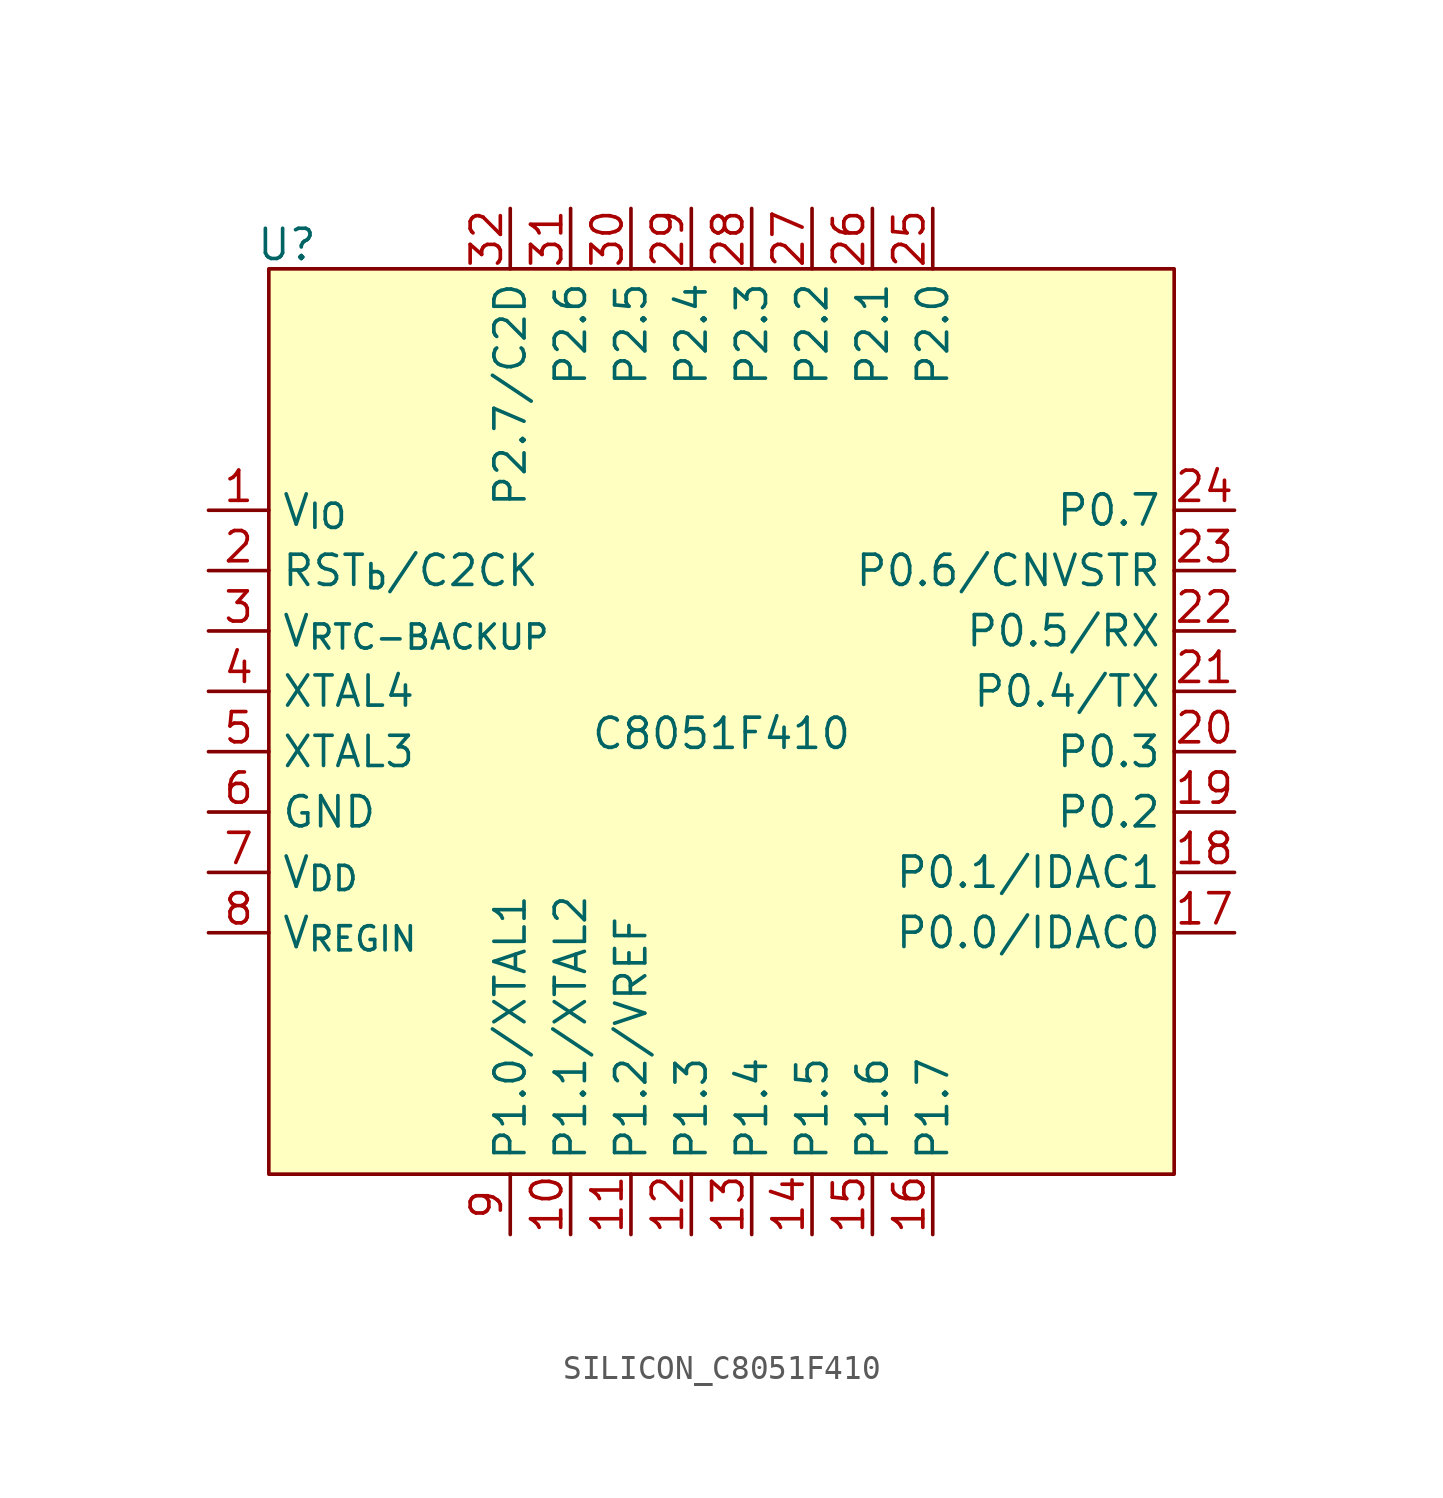
<source format=kicad_sym>
(kicad_symbol_lib
  (version 20231120)
  (generator "kicad_symbol_editor")
  (generator_version "8.0")
  (symbol "SILICON_C8051F410"
    (property "Reference" "U"
      (at -17.018 18.796 0)
      (effects (font (size 1.27 1.27))))
    (property "Value" "C8051F410"
      (at 1.27 -1.778 0)
      (do_not_autoplace)
      (effects (font (size 1.27 1.27))))
    (symbol "SILICON_C8051F410_0_0"
      (pin power_in line (at -20.32 7.62 0) (length 2.54) (name "V_{IO}" (effects (font (size 1.27 1.27)))) (number "1" (effects (font (size 1.27 1.27)))))
      (pin bidirectional line (at -5.08 -22.86 90) (length 2.54) (name "P1.1/XTAL2" (effects (font (size 1.27 1.27)))) (number "10" (effects (font (size 1.27 1.27)))))
      (pin bidirectional line (at -2.54 -22.86 90) (length 2.54) (name "P1.2/VREF" (effects (font (size 1.27 1.27)))) (number "11" (effects (font (size 1.27 1.27)))))
      (pin bidirectional line (at 0 -22.86 90) (length 2.54) (name "P1.3" (effects (font (size 1.27 1.27)))) (number "12" (effects (font (size 1.27 1.27)))))
      (pin bidirectional line (at 2.54 -22.86 90) (length 2.54) (name "P1.4" (effects (font (size 1.27 1.27)))) (number "13" (effects (font (size 1.27 1.27)))))
      (pin bidirectional line (at 5.08 -22.86 90) (length 2.54) (name "P1.5" (effects (font (size 1.27 1.27)))) (number "14" (effects (font (size 1.27 1.27)))))
      (pin bidirectional line (at 7.62 -22.86 90) (length 2.54) (name "P1.6" (effects (font (size 1.27 1.27)))) (number "15" (effects (font (size 1.27 1.27)))))
      (pin bidirectional line (at 10.16 -22.86 90) (length 2.54) (name "P1.7" (effects (font (size 1.27 1.27)))) (number "16" (effects (font (size 1.27 1.27)))))
      (pin bidirectional line (at 22.86 -10.16 180) (length 2.54) (name "P0.0/IDAC0" (effects (font (size 1.27 1.27)))) (number "17" (effects (font (size 1.27 1.27)))))
      (pin bidirectional line (at 22.86 -7.62 180) (length 2.54) (name "P0.1/IDAC1" (effects (font (size 1.27 1.27)))) (number "18" (effects (font (size 1.27 1.27)))))
      (pin bidirectional line (at 22.86 -5.08 180) (length 2.54) (name "P0.2" (effects (font (size 1.27 1.27)))) (number "19" (effects (font (size 1.27 1.27)))))
      (pin bidirectional line (at -20.32 5.08 0) (length 2.54) (name "RST_{b}/C2CK" (effects (font (size 1.27 1.27)))) (number "2" (effects (font (size 1.27 1.27)))))
      (pin bidirectional line (at 22.86 -2.54 180) (length 2.54) (name "P0.3" (effects (font (size 1.27 1.27)))) (number "20" (effects (font (size 1.27 1.27)))))
      (pin bidirectional line (at 22.86 0 180) (length 2.54) (name "P0.4/TX" (effects (font (size 1.27 1.27)))) (number "21" (effects (font (size 1.27 1.27)))))
      (pin bidirectional line (at 22.86 2.54 180) (length 2.54) (name "P0.5/RX" (effects (font (size 1.27 1.27)))) (number "22" (effects (font (size 1.27 1.27)))))
      (pin bidirectional line (at 22.86 5.08 180) (length 2.54) (name "P0.6/CNVSTR" (effects (font (size 1.27 1.27)))) (number "23" (effects (font (size 1.27 1.27)))))
      (pin bidirectional line (at 22.86 7.62 180) (length 2.54) (name "P0.7" (effects (font (size 1.27 1.27)))) (number "24" (effects (font (size 1.27 1.27)))))
      (pin bidirectional line (at 10.16 20.32 270) (length 2.54) (name "P2.0" (effects (font (size 1.27 1.27)))) (number "25" (effects (font (size 1.27 1.27)))))
      (pin bidirectional line (at 7.62 20.32 270) (length 2.54) (name "P2.1" (effects (font (size 1.27 1.27)))) (number "26" (effects (font (size 1.27 1.27)))))
      (pin bidirectional line (at 5.08 20.32 270) (length 2.54) (name "P2.2" (effects (font (size 1.27 1.27)))) (number "27" (effects (font (size 1.27 1.27)))))
      (pin bidirectional line (at 2.54 20.32 270) (length 2.54) (name "P2.3" (effects (font (size 1.27 1.27)))) (number "28" (effects (font (size 1.27 1.27)))))
      (pin bidirectional line (at 0 20.32 270) (length 2.54) (name "P2.4" (effects (font (size 1.27 1.27)))) (number "29" (effects (font (size 1.27 1.27)))))
      (pin power_in line (at -20.32 2.54 0) (length 2.54) (name "V_{RTC-BACKUP}" (effects (font (size 1.27 1.27)))) (number "3" (effects (font (size 1.27 1.27)))))
      (pin bidirectional line (at -2.54 20.32 270) (length 2.54) (name "P2.5" (effects (font (size 1.27 1.27)))) (number "30" (effects (font (size 1.27 1.27)))))
      (pin bidirectional line (at -5.08 20.32 270) (length 2.54) (name "P2.6" (effects (font (size 1.27 1.27)))) (number "31" (effects (font (size 1.27 1.27)))))
      (pin bidirectional line (at -7.62 20.32 270) (length 2.54) (name "P2.7/C2D" (effects (font (size 1.27 1.27)))) (number "32" (effects (font (size 1.27 1.27)))))
      (pin bidirectional line (at -20.32 0 0) (length 2.54) (name "XTAL4" (effects (font (size 1.27 1.27)))) (number "4" (effects (font (size 1.27 1.27)))))
      (pin bidirectional line (at -20.32 -2.54 0) (length 2.54) (name "XTAL3" (effects (font (size 1.27 1.27)))) (number "5" (effects (font (size 1.27 1.27)))))
      (pin power_in line (at -20.32 -5.08 0) (length 2.54) (name "GND" (effects (font (size 1.27 1.27)))) (number "6" (effects (font (size 1.27 1.27)))))
      (pin power_in line (at -20.32 -7.62 0) (length 2.54) (name "V_{DD}" (effects (font (size 1.27 1.27)))) (number "7" (effects (font (size 1.27 1.27)))))
      (pin power_in line (at -20.32 -10.16 0) (length 2.54) (name "V_{REGIN}" (effects (font (size 1.27 1.27)))) (number "8" (effects (font (size 1.27 1.27)))))
      (pin bidirectional line (at -7.62 -22.86 90) (length 2.54) (name "P1.0/XTAL1" (effects (font (size 1.27 1.27)))) (number "9" (effects (font (size 1.27 1.27))))))
    (symbol "SILICON_C8051F410_0_1"
      (rectangle (start -17.78 17.78) (end 20.32 -20.32) (stroke (width 0) (type default)) (fill (type background))))))
</source>
